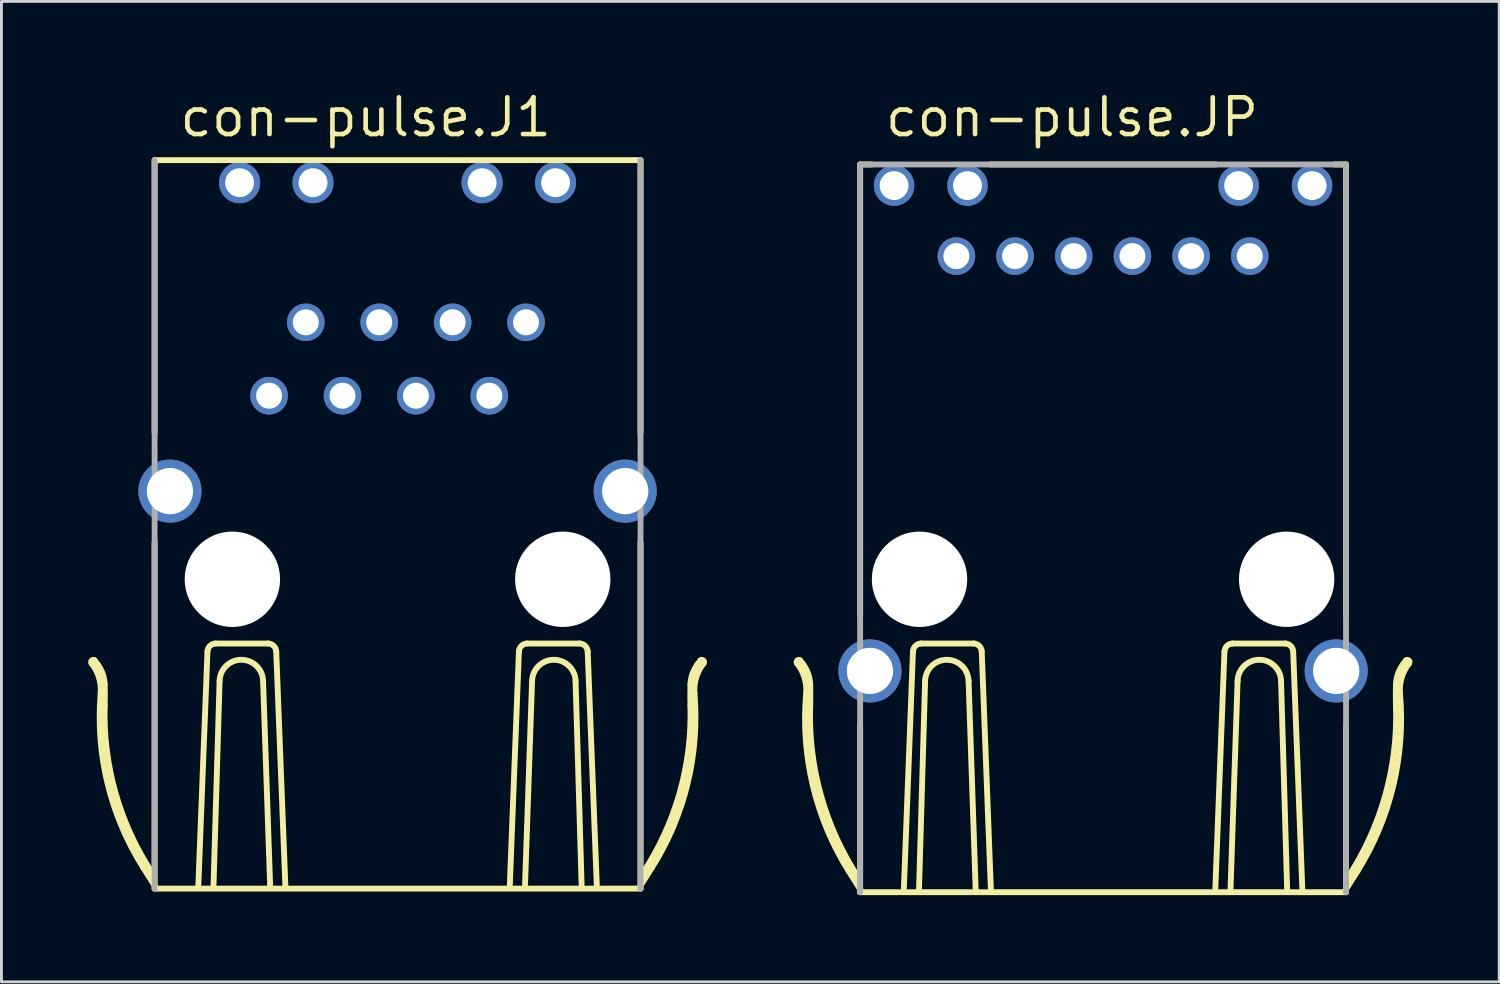
<source format=kicad_pcb>
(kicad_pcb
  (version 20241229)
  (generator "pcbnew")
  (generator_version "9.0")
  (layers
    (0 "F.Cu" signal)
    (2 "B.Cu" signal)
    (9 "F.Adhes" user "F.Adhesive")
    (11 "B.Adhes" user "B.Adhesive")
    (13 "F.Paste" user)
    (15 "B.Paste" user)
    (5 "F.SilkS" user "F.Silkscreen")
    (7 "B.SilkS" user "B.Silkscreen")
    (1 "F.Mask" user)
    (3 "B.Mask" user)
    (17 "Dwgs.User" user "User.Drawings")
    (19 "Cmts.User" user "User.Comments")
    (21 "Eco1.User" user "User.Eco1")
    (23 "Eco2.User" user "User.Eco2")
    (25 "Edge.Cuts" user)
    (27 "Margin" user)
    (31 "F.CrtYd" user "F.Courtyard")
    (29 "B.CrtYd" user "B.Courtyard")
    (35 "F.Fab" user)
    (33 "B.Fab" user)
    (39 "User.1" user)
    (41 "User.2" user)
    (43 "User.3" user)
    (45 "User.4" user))
  (footprint "con-pulse.JP"
    (layer "F.Cu")
    (at 35.111 16.99)
    (property "Reference" "con-pulse.JP" (at -7.62 -15.24 0) (layer "F.SilkS") (effects (font (size 1.27 1.27) (thickness 0.16)) (justify left bottom)))
    (attr through_hole)
    (fp_line (start -10.481 2.804) (end -10.377 2.943) (stroke (width 0.203) (type default)) (layer "F.SilkS"))
    (fp_line (start -8.405 -14.35) (end -8.405 1.27) (stroke (width 0.203) (type default)) (layer "F.SilkS"))
    (fp_line (start -8.405 -14.35) (end -8 -14.35) (stroke (width 0.203) (type default)) (layer "F.SilkS"))
    (fp_line (start -8.405 5.08) (end -8.405 10.825) (stroke (width 0.203) (type default)) (layer "F.SilkS"))
    (fp_line (start -8.405 10.825) (end 8.405 10.825) (stroke (width 0.203) (type default)) (layer "F.SilkS"))
    (fp_line (start -8.385 10.755) (end -8.804 10.091) (stroke (width 0.203) (type default)) (layer "F.SilkS"))
    (fp_line (start -6.892 10.708) (end -6.577 2.502) (stroke (width 0.203) (type default)) (layer "F.SilkS"))
    (fp_line (start -6.367 10.708) (end -6.157 3.516) (stroke (width 0.203) (type default)) (layer "F.SilkS"))
    (fp_line (start -6.298 2.222) (end -4.478 2.222) (stroke (width 0.203) (type default)) (layer "F.SilkS"))
    (fp_line (start -4.653 3.516) (end -4.408 10.743) (stroke (width 0.203) (type default)) (layer "F.SilkS"))
    (fp_line (start -3.905 -14.35) (end 3.905 -14.35) (stroke (width 0.203) (type default)) (layer "F.SilkS"))
    (fp_line (start -3.883 10.708) (end -4.198 2.502) (stroke (width 0.203) (type default)) (layer "F.SilkS"))
    (fp_line (start 3.883 10.708) (end 4.198 2.502) (stroke (width 0.203) (type default)) (layer "F.SilkS"))
    (fp_line (start 4.653 3.516) (end 4.408 10.743) (stroke (width 0.203) (type default)) (layer "F.SilkS"))
    (fp_line (start 6.298 2.222) (end 4.478 2.222) (stroke (width 0.203) (type default)) (layer "F.SilkS"))
    (fp_line (start 6.367 10.708) (end 6.157 3.516) (stroke (width 0.203) (type default)) (layer "F.SilkS"))
    (fp_line (start 6.892 10.708) (end 6.577 2.502) (stroke (width 0.203) (type default)) (layer "F.SilkS"))
    (fp_line (start 8 -14.35) (end 8.405 -14.35) (stroke (width 0.203) (type default)) (layer "F.SilkS"))
    (fp_line (start 8.385 10.755) (end 8.804 10.091) (stroke (width 0.203) (type default)) (layer "F.SilkS"))
    (fp_line (start 8.405 1.27) (end 8.405 -14.35) (stroke (width 0.203) (type default)) (layer "F.SilkS"))
    (fp_line (start 8.405 10.825) (end 8.405 5.08) (stroke (width 0.203) (type default)) (layer "F.SilkS"))
    (fp_line (start 10.481 2.804) (end 10.377 2.943) (stroke (width 0.203) (type default)) (layer "F.SilkS"))
    (fp_arc (start -10.5862 2.9086) (mid -10.580366 2.809634) (end -10.4814 2.8038) (stroke (width 0.2032) (type default)) (layer "F.SilkS"))
    (fp_arc (start -10.5862 2.9086) (mid -10.329382 3.402767) (end -10.2718 3.9567) (stroke (width 0.2032) (type default)) (layer "F.SilkS"))
    (fp_arc (start -10.3766 2.9435) (mid -10.200259 3.273984) (end -10.132 3.6423) (stroke (width 0.2032) (type default)) (layer "F.SilkS"))
    (fp_arc (start -10.132 3.6423) (mid -10.126534 4.00915) (end -10.132 4.376) (stroke (width 0.2032) (type default)) (layer "F.SilkS"))
    (fp_arc (start -8.8044 10.091) (mid -10.039065 7.143687) (end -10.2718 3.9567) (stroke (width 0.2032) (type default)) (layer "F.SilkS"))
    (fp_arc (start -8.455 10.3356) (mid -9.758602 7.486677) (end -10.132 4.376) (stroke (width 0.2032) (type default)) (layer "F.SilkS"))
    (fp_arc (start -6.5774 2.5015) (mid -6.492264 2.306736) (end -6.2975 2.2216) (stroke (width 0.2032) (type default)) (layer "F.SilkS"))
    (fp_arc (start -6.1575 3.5161) (mid -5.4053 2.785967) (end -4.6531 3.5161) (stroke (width 0.2032) (type default)) (layer "F.SilkS"))
    (fp_arc (start -4.4781 2.2216) (mid -4.283336 2.306736) (end -4.1982 2.5015) (stroke (width 0.2032) (type default)) (layer "F.SilkS"))
    (fp_arc (start 4.1982 2.5015) (mid 4.283336 2.306736) (end 4.4781 2.2216) (stroke (width 0.2032) (type default)) (layer "F.SilkS"))
    (fp_arc (start 4.6531 3.5161) (mid 5.4053 2.785967) (end 6.1575 3.5161) (stroke (width 0.2032) (type default)) (layer "F.SilkS"))
    (fp_arc (start 6.2975 2.2216) (mid 6.492264 2.306736) (end 6.5774 2.5015) (stroke (width 0.2032) (type default)) (layer "F.SilkS"))
    (fp_arc (start 10.132 3.6423) (mid 10.200259 3.273984) (end 10.3766 2.9435) (stroke (width 0.2032) (type default)) (layer "F.SilkS"))
    (fp_arc (start 10.132 4.376) (mid 9.758602 7.486677) (end 8.455 10.3356) (stroke (width 0.2032) (type default)) (layer "F.SilkS"))
    (fp_arc (start 10.132 4.376) (mid 10.126534 4.00915) (end 10.132 3.6423) (stroke (width 0.2032) (type default)) (layer "F.SilkS"))
    (fp_arc (start 10.2718 3.9567) (mid 10.039065 7.143687) (end 8.8044 10.091) (stroke (width 0.2032) (type default)) (layer "F.SilkS"))
    (fp_arc (start 10.2718 3.9567) (mid 10.329382 3.402767) (end 10.5862 2.9086) (stroke (width 0.2032) (type default)) (layer "F.SilkS"))
    (fp_arc (start 10.4814 2.8038) (mid 10.580366 2.809634) (end 10.5862 2.9086) (stroke (width 0.2032) (type default)) (layer "F.SilkS"))
    (fp_line (start -8.405 -14.35) (end -8.405 10.825) (stroke (width 0.203) (type default)) (layer "F.Fab"))
    (fp_line (start -8.405 -14.35) (end 8.405 -14.35) (stroke (width 0.203) (type default)) (layer "F.Fab"))
    (fp_line (start 8.405 10.825) (end 8.405 -14.35) (stroke (width 0.203) (type default)) (layer "F.Fab"))
    (pad "" np_thru_hole circle (at -6.35 0) (size 3.3 3.3) (drill 3.3) (layers "*.Cu" "*.Mask"))
    (pad "" np_thru_hole circle (at 6.35 0) (size 3.3 3.3) (drill 3.3) (layers "*.Cu" "*.Mask"))
    (pad "1" thru_hole circle (at 5.075 -11.18) (size 1.3 1.3) (drill 0.9) (layers "*.Cu" "*.Mask"))
    (pad "2" thru_hole circle (at 3.045 -11.18) (size 1.3 1.3) (drill 0.9) (layers "*.Cu" "*.Mask"))
    (pad "3" thru_hole circle (at 1.015 -11.18) (size 1.3 1.3) (drill 0.9) (layers "*.Cu" "*.Mask"))
    (pad "4" thru_hole circle (at -1.015 -11.18) (size 1.3 1.3) (drill 0.9) (layers "*.Cu" "*.Mask"))
    (pad "5" thru_hole circle (at -3.045 -11.18) (size 1.3 1.3) (drill 0.9) (layers "*.Cu" "*.Mask"))
    (pad "6" thru_hole circle (at -5.075 -11.18) (size 1.3 1.3) (drill 0.9) (layers "*.Cu" "*.Mask"))
    (pad "7" thru_hole circle (at 7.23 -13.62) (size 1.4 1.4) (drill 1) (layers "*.Cu" "*.Mask"))
    (pad "8" thru_hole circle (at 4.69 -13.62) (size 1.4 1.4) (drill 1) (layers "*.Cu" "*.Mask"))
    (pad "9" thru_hole circle (at -4.69 -13.62) (size 1.4 1.4) (drill 1) (layers "*.Cu" "*.Mask"))
    (pad "10" thru_hole circle (at -7.23 -13.62) (size 1.4 1.4) (drill 1) (layers "*.Cu" "*.Mask"))
    (pad "SH1" thru_hole circle (at -8.065 3.17) (size 2.184 2.184) (drill 1.6) (layers "*.Cu" "*.Mask"))
    (pad "SH2" thru_hole circle (at 8.065 3.17) (size 2.184 2.184) (drill 1.6) (layers "*.Cu" "*.Mask")))
  (footprint "con-pulse.J1"
    (layer "F.Cu")
    (at 10.704 10.64)
    (property "Reference" "con-pulse.J1" (at -7.62 -8.89 0) (layer "F.SilkS") (effects (font (size 1.27 1.27) (thickness 0.16)) (justify left bottom)))
    (attr through_hole)
    (fp_line (start -10.481 9.154) (end -10.377 9.293) (stroke (width 0.203) (type default)) (layer "F.SilkS"))
    (fp_line (start -8.405 -8.15) (end -8.405 1.27) (stroke (width 0.203) (type default)) (layer "F.SilkS"))
    (fp_line (start -8.405 -8.15) (end 8.405 -8.15) (stroke (width 0.203) (type default)) (layer "F.SilkS"))
    (fp_line (start -8.405 5.08) (end -8.405 17.05) (stroke (width 0.203) (type default)) (layer "F.SilkS"))
    (fp_line (start -8.405 17.05) (end 8.405 17.05) (stroke (width 0.203) (type default)) (layer "F.SilkS"))
    (fp_line (start -8.385 16.98) (end -8.804 16.316) (stroke (width 0.203) (type default)) (layer "F.SilkS"))
    (fp_line (start -6.892 16.933) (end -6.577 8.851) (stroke (width 0.203) (type default)) (layer "F.SilkS"))
    (fp_line (start -6.367 16.933) (end -6.157 9.866) (stroke (width 0.203) (type default)) (layer "F.SilkS"))
    (fp_line (start -6.298 8.572) (end -4.478 8.572) (stroke (width 0.203) (type default)) (layer "F.SilkS"))
    (fp_line (start -4.653 9.866) (end -4.408 16.968) (stroke (width 0.203) (type default)) (layer "F.SilkS"))
    (fp_line (start -3.883 16.933) (end -4.198 8.851) (stroke (width 0.203) (type default)) (layer "F.SilkS"))
    (fp_line (start 3.883 16.933) (end 4.198 8.851) (stroke (width 0.203) (type default)) (layer "F.SilkS"))
    (fp_line (start 4.653 9.866) (end 4.408 16.968) (stroke (width 0.203) (type default)) (layer "F.SilkS"))
    (fp_line (start 6.298 8.572) (end 4.478 8.572) (stroke (width 0.203) (type default)) (layer "F.SilkS"))
    (fp_line (start 6.367 16.933) (end 6.157 9.866) (stroke (width 0.203) (type default)) (layer "F.SilkS"))
    (fp_line (start 6.892 16.933) (end 6.577 8.851) (stroke (width 0.203) (type default)) (layer "F.SilkS"))
    (fp_line (start 8.385 16.98) (end 8.804 16.316) (stroke (width 0.203) (type default)) (layer "F.SilkS"))
    (fp_line (start 8.405 1.27) (end 8.405 -8.15) (stroke (width 0.203) (type default)) (layer "F.SilkS"))
    (fp_line (start 8.405 17.05) (end 8.405 5.08) (stroke (width 0.203) (type default)) (layer "F.SilkS"))
    (fp_line (start 10.481 9.154) (end 10.377 9.293) (stroke (width 0.203) (type default)) (layer "F.SilkS"))
    (fp_arc (start -10.5862 9.2586) (mid -10.580366 9.159634) (end -10.4814 9.1538) (stroke (width 0.2032) (type default)) (layer "F.SilkS"))
    (fp_arc (start -10.5862 9.2586) (mid -10.329382 9.752767) (end -10.2718 10.3067) (stroke (width 0.2032) (type default)) (layer "F.SilkS"))
    (fp_arc (start -10.3766 9.2935) (mid -10.200259 9.623984) (end -10.132 9.9923) (stroke (width 0.2032) (type default)) (layer "F.SilkS"))
    (fp_arc (start -10.132 9.9923) (mid -10.126534 10.35915) (end -10.132 10.726) (stroke (width 0.2032) (type default)) (layer "F.SilkS"))
    (fp_arc (start -8.8044 16.316) (mid -10.028856 13.431187) (end -10.2718 10.3067) (stroke (width 0.2032) (type default)) (layer "F.SilkS"))
    (fp_arc (start -8.455 16.5606) (mid -9.748845 13.774177) (end -10.132 10.726) (stroke (width 0.2032) (type default)) (layer "F.SilkS"))
    (fp_arc (start -6.5774 8.8515) (mid -6.492264 8.656736) (end -6.2975 8.5716) (stroke (width 0.2032) (type default)) (layer "F.SilkS"))
    (fp_arc (start -6.1575 9.8661) (mid -5.4053 9.135967) (end -4.6531 9.8661) (stroke (width 0.2032) (type default)) (layer "F.SilkS"))
    (fp_arc (start -4.4781 8.5716) (mid -4.283336 8.656736) (end -4.1982 8.8515) (stroke (width 0.2032) (type default)) (layer "F.SilkS"))
    (fp_arc (start 4.1982 8.8515) (mid 4.283336 8.656736) (end 4.4781 8.5716) (stroke (width 0.2032) (type default)) (layer "F.SilkS"))
    (fp_arc (start 4.6531 9.8661) (mid 5.4053 9.135967) (end 6.1575 9.8661) (stroke (width 0.2032) (type default)) (layer "F.SilkS"))
    (fp_arc (start 6.2975 8.5716) (mid 6.492264 8.656736) (end 6.5774 8.8515) (stroke (width 0.2032) (type default)) (layer "F.SilkS"))
    (fp_arc (start 10.132 9.9923) (mid 10.200259 9.623984) (end 10.3766 9.2935) (stroke (width 0.2032) (type default)) (layer "F.SilkS"))
    (fp_arc (start 10.132 10.726) (mid 9.748845 13.774177) (end 8.455 16.5606) (stroke (width 0.2032) (type default)) (layer "F.SilkS"))
    (fp_arc (start 10.132 10.726) (mid 10.126534 10.35915) (end 10.132 9.9923) (stroke (width 0.2032) (type default)) (layer "F.SilkS"))
    (fp_arc (start 10.2718 10.3067) (mid 10.028856 13.431187) (end 8.8044 16.316) (stroke (width 0.2032) (type default)) (layer "F.SilkS"))
    (fp_arc (start 10.2718 10.3067) (mid 10.329382 9.752767) (end 10.5862 9.2586) (stroke (width 0.2032) (type default)) (layer "F.SilkS"))
    (fp_arc (start 10.4814 9.1538) (mid 10.580366 9.159634) (end 10.5862 9.2586) (stroke (width 0.2032) (type default)) (layer "F.SilkS"))
    (fp_line (start -8.405 -8.15) (end -8.405 17.05) (stroke (width 0.203) (type default)) (layer "F.Fab"))
    (fp_line (start 8.405 17.05) (end 8.405 -8.15) (stroke (width 0.203) (type default)) (layer "F.Fab"))
    (pad "" np_thru_hole circle (at -5.715 6.35) (size 3.3 3.3) (drill 3.3) (layers "*.Cu" "*.Mask"))
    (pad "" np_thru_hole circle (at 5.715 6.35) (size 3.3 3.3) (drill 3.3) (layers "*.Cu" "*.Mask"))
    (pad "1" thru_hole circle (at 4.445 -2.54) (size 1.3 1.3) (drill 0.9) (layers "*.Cu" "*.Mask"))
    (pad "2" thru_hole circle (at 3.175 0) (size 1.3 1.3) (drill 0.9) (layers "*.Cu" "*.Mask"))
    (pad "3" thru_hole circle (at 1.905 -2.54) (size 1.3 1.3) (drill 0.9) (layers "*.Cu" "*.Mask"))
    (pad "4" thru_hole circle (at 0.635 0) (size 1.3 1.3) (drill 0.9) (layers "*.Cu" "*.Mask"))
    (pad "5" thru_hole circle (at -0.635 -2.54) (size 1.3 1.3) (drill 0.9) (layers "*.Cu" "*.Mask"))
    (pad "6" thru_hole circle (at -1.905 0) (size 1.3 1.3) (drill 0.9) (layers "*.Cu" "*.Mask"))
    (pad "7" thru_hole circle (at -3.175 -2.54) (size 1.3 1.3) (drill 0.9) (layers "*.Cu" "*.Mask"))
    (pad "8" thru_hole circle (at -4.445 0) (size 1.3 1.3) (drill 0.9) (layers "*.Cu" "*.Mask"))
    (pad "9" thru_hole circle (at 5.465 -7.37) (size 1.422 1.422) (drill 1) (layers "*.Cu" "*.Mask"))
    (pad "10" thru_hole circle (at 2.925 -7.37) (size 1.422 1.422) (drill 1) (layers "*.Cu" "*.Mask"))
    (pad "11" thru_hole circle (at -2.925 -7.37) (size 1.422 1.422) (drill 1) (layers "*.Cu" "*.Mask"))
    (pad "12" thru_hole circle (at -5.465 -7.37) (size 1.422 1.422) (drill 1) (layers "*.Cu" "*.Mask"))
    (pad "M1" thru_hole circle (at -7.875 3.3) (size 2.184 2.184) (drill 1.6) (layers "*.Cu" "*.Mask"))
    (pad "M2" thru_hole circle (at 7.875 3.3) (size 2.184 2.184) (drill 1.6) (layers "*.Cu" "*.Mask")))
  (gr_rect
    (start -3 -3)
    (end 48.815 30.917)
    (stroke (width 0.1) (type default))
    (fill no)
    (layer "Edge.Cuts")))
</source>
